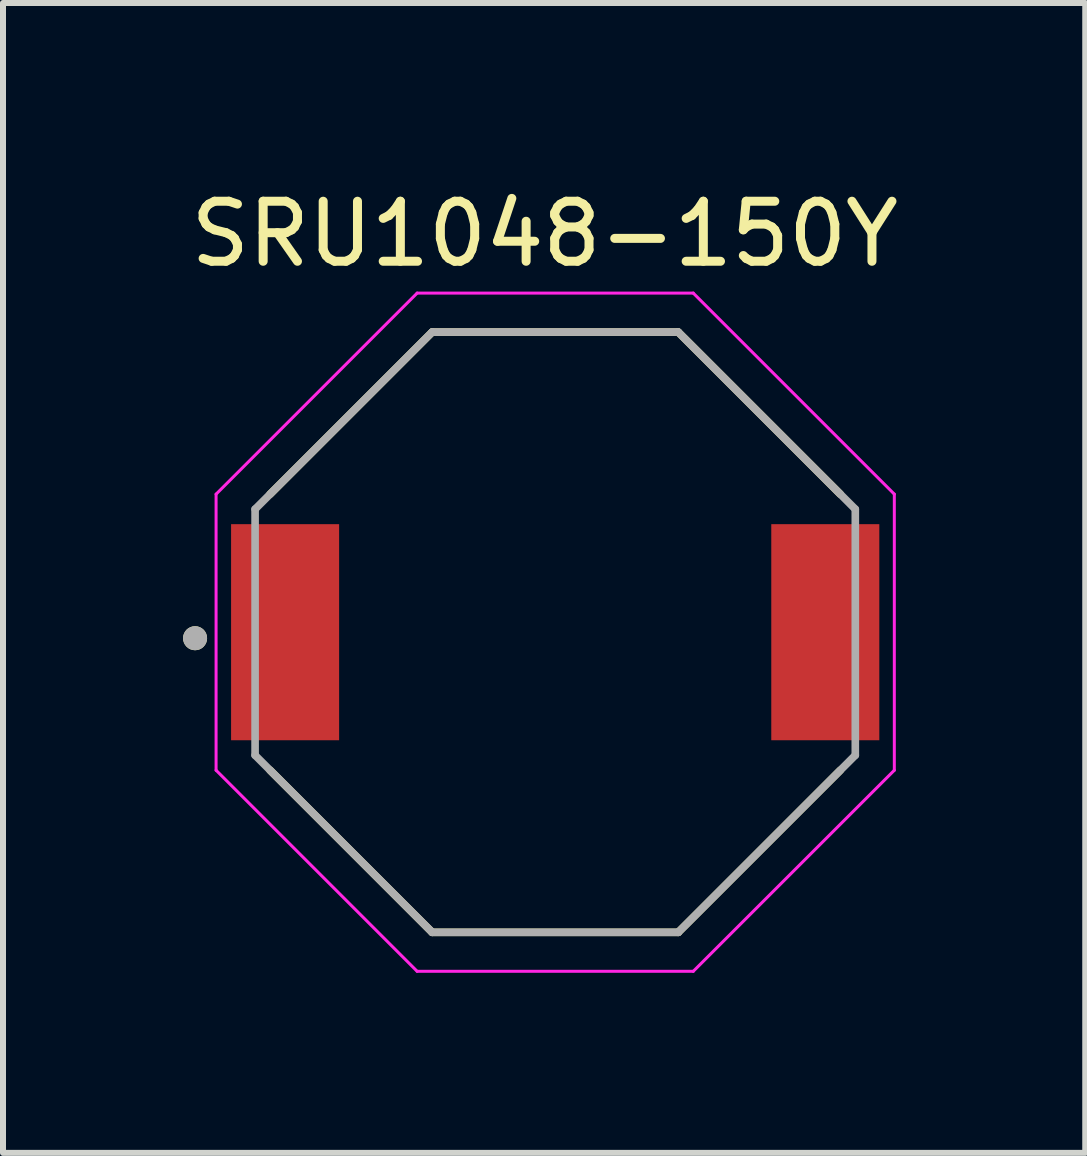
<source format=kicad_pcb>
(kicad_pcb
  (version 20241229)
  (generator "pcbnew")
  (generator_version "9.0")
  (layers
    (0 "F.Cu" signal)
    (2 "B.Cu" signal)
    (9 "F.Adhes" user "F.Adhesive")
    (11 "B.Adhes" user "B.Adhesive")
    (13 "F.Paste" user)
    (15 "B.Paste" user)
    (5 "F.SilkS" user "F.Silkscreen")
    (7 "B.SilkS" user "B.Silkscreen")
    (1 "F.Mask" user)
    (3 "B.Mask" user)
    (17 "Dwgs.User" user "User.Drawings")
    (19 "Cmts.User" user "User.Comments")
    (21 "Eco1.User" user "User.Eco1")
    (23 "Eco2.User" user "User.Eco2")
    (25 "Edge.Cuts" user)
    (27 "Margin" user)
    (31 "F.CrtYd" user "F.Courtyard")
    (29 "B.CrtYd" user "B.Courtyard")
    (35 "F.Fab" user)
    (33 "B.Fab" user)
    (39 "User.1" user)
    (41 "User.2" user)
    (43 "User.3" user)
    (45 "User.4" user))
  (footprint "SRU1048-150Y"
    (layer "F.Cu")
    (at 6.2 7.483)
    (property "Reference" "SRU1048-150Y" (at -0.175 -6.635 0) (layer "F.SilkS") (effects (font (size 1 1) (thickness 0.15))))
    (attr smd)
    (fp_line (start -4.75 -2.3) (end -2.05 -5) (stroke (width 0.127) (type solid)) (layer "F.SilkS"))
    (fp_line (start -2.05 -5) (end 2.05 -5) (stroke (width 0.127) (type solid)) (layer "F.SilkS"))
    (fp_line (start -2.05 5) (end -4.75 2.3) (stroke (width 0.127) (type solid)) (layer "F.SilkS"))
    (fp_line (start 2.05 -5) (end 4.75 -2.3) (stroke (width 0.127) (type solid)) (layer "F.SilkS"))
    (fp_line (start 2.05 5) (end -2.05 5) (stroke (width 0.127) (type solid)) (layer "F.SilkS"))
    (fp_line (start 4.75 2.3) (end 2.05 5) (stroke (width 0.127) (type solid)) (layer "F.SilkS"))
    (fp_circle (center -6 0.1) (end -5.9 0.1) (stroke (width 0.2) (type solid)) (fill no) (layer "F.SilkS"))
    (fp_line (start -5.65 -2.3) (end -2.3 -5.65) (stroke (width 0.05) (type solid)) (layer "F.CrtYd"))
    (fp_line (start -5.65 2.3) (end -5.65 -2.3) (stroke (width 0.05) (type solid)) (layer "F.CrtYd"))
    (fp_line (start -2.3 -5.65) (end 2.3 -5.65) (stroke (width 0.05) (type solid)) (layer "F.CrtYd"))
    (fp_line (start -2.3 5.65) (end -5.65 2.3) (stroke (width 0.05) (type solid)) (layer "F.CrtYd"))
    (fp_line (start 2.3 -5.65) (end 5.65 -2.3) (stroke (width 0.05) (type solid)) (layer "F.CrtYd"))
    (fp_line (start 2.3 5.65) (end -2.3 5.65) (stroke (width 0.05) (type solid)) (layer "F.CrtYd"))
    (fp_line (start 5.65 -2.3) (end 5.65 2.3) (stroke (width 0.05) (type solid)) (layer "F.CrtYd"))
    (fp_line (start 5.65 2.3) (end 2.3 5.65) (stroke (width 0.05) (type solid)) (layer "F.CrtYd"))
    (fp_line (start -5 -2.05) (end -2.05 -5) (stroke (width 0.127) (type solid)) (layer "F.Fab"))
    (fp_line (start -5 2.05) (end -5 -2.05) (stroke (width 0.127) (type solid)) (layer "F.Fab"))
    (fp_line (start -2.05 -5) (end 2.05 -5) (stroke (width 0.127) (type solid)) (layer "F.Fab"))
    (fp_line (start -2.05 5) (end -5 2.05) (stroke (width 0.127) (type solid)) (layer "F.Fab"))
    (fp_line (start 2.05 -5) (end 5 -2.05) (stroke (width 0.127) (type solid)) (layer "F.Fab"))
    (fp_line (start 2.05 5) (end -2.05 5) (stroke (width 0.127) (type solid)) (layer "F.Fab"))
    (fp_line (start 5 -2.05) (end 5 2.05) (stroke (width 0.127) (type solid)) (layer "F.Fab"))
    (fp_line (start 5 2.05) (end 2.05 5) (stroke (width 0.127) (type solid)) (layer "F.Fab"))
    (fp_circle (center -6 0.1) (end -5.9 0.1) (stroke (width 0.2) (type solid)) (fill no) (layer "F.Fab"))
    (pad "1" smd rect (at -4.5 0) (size 1.8 3.6) (layers "F.Cu" "F.Mask" "F.Paste"))
    (pad "2" smd rect (at 4.5 0) (size 1.8 3.6) (layers "F.Cu" "F.Mask" "F.Paste")))
  (gr_rect
    (start -3 -3)
    (end 15.031 16.158)
    (stroke (width 0.1) (type default))
    (fill no)
    (layer "Edge.Cuts")))
</source>
